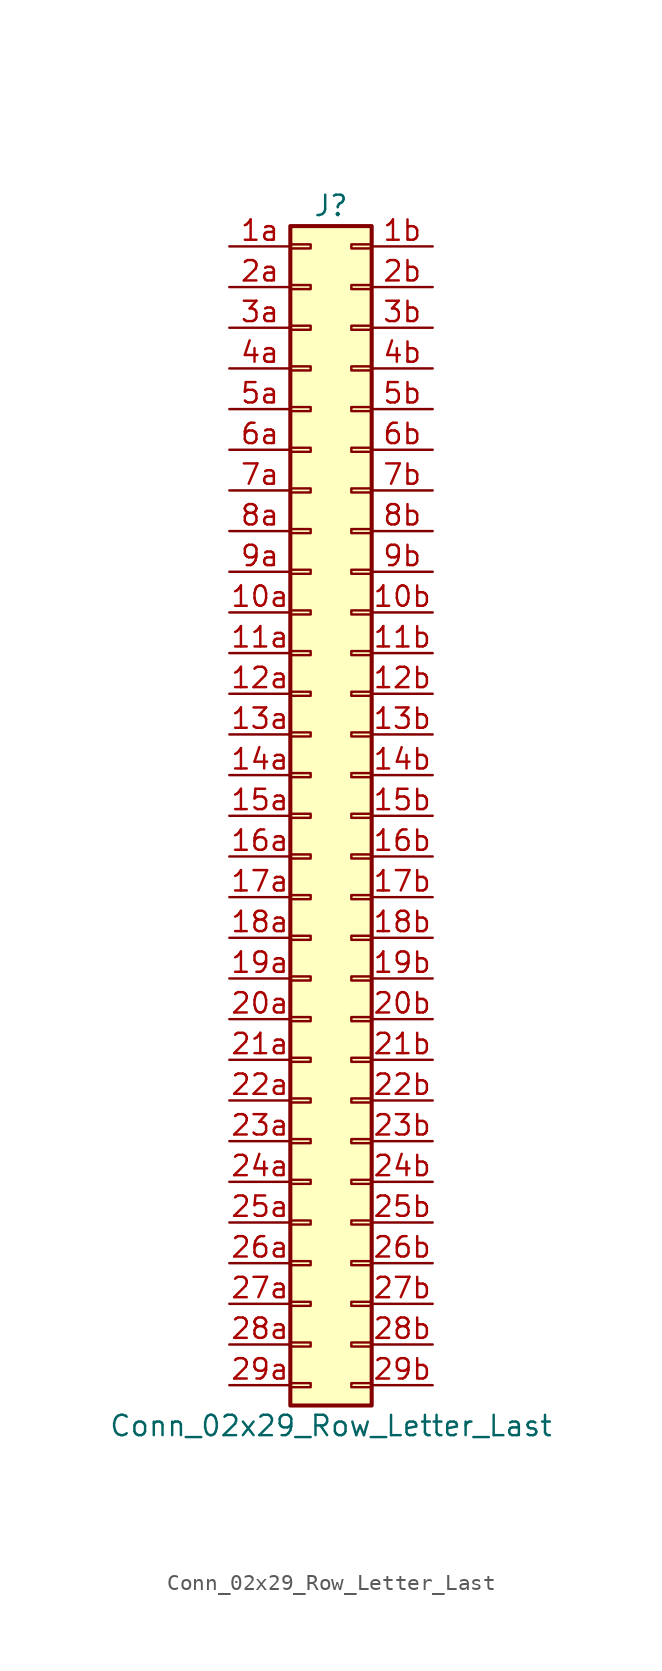
<source format=kicad_sym>
(kicad_symbol_lib
  (version 20201005)
  (generator kicad_symbol_editor)
  (symbol "Conn_02x29_Row_Letter_Last"
    (pin_names
      (offset 1.016) hide)
    (property "Reference" "J"
      (at 1.27 38.1 0)
      (effects (font (size 1.27 1.27))))
    (property "Value" "Conn_02x29_Row_Letter_Last"
      (at 1.27 -38.1 0)
      (effects (font (size 1.27 1.27))))
    (symbol "Conn_02x29_Row_Letter_Last_1_1"
      (rectangle (start -1.27 -35.433) (end 0 -35.687) (stroke (width 0.152)) (fill (type none)))
      (rectangle (start -1.27 -32.893) (end 0 -33.147) (stroke (width 0.152)) (fill (type none)))
      (rectangle (start -1.27 -30.353) (end 0 -30.607) (stroke (width 0.152)) (fill (type none)))
      (rectangle (start -1.27 -27.813) (end 0 -28.067) (stroke (width 0.152)) (fill (type none)))
      (rectangle (start -1.27 -25.273) (end 0 -25.527) (stroke (width 0.152)) (fill (type none)))
      (rectangle (start -1.27 -22.733) (end 0 -22.987) (stroke (width 0.152)) (fill (type none)))
      (rectangle (start -1.27 -20.193) (end 0 -20.447) (stroke (width 0.152)) (fill (type none)))
      (rectangle (start -1.27 -17.653) (end 0 -17.907) (stroke (width 0.152)) (fill (type none)))
      (rectangle (start -1.27 -15.113) (end 0 -15.367) (stroke (width 0.152)) (fill (type none)))
      (rectangle (start -1.27 -12.573) (end 0 -12.827) (stroke (width 0.152)) (fill (type none)))
      (rectangle (start -1.27 -10.033) (end 0 -10.287) (stroke (width 0.152)) (fill (type none)))
      (rectangle (start -1.27 -7.493) (end 0 -7.747) (stroke (width 0.152)) (fill (type none)))
      (rectangle (start -1.27 -4.953) (end 0 -5.207) (stroke (width 0.152)) (fill (type none)))
      (rectangle (start -1.27 -2.413) (end 0 -2.667) (stroke (width 0.152)) (fill (type none)))
      (rectangle (start -1.27 0.127) (end 0 -0.127) (stroke (width 0.152)) (fill (type none)))
      (rectangle (start -1.27 2.667) (end 0 2.413) (stroke (width 0.152)) (fill (type none)))
      (rectangle (start -1.27 5.207) (end 0 4.953) (stroke (width 0.152)) (fill (type none)))
      (rectangle (start -1.27 7.747) (end 0 7.493) (stroke (width 0.152)) (fill (type none)))
      (rectangle (start -1.27 10.287) (end 0 10.033) (stroke (width 0.152)) (fill (type none)))
      (rectangle (start -1.27 12.827) (end 0 12.573) (stroke (width 0.152)) (fill (type none)))
      (rectangle (start -1.27 15.367) (end 0 15.113) (stroke (width 0.152)) (fill (type none)))
      (rectangle (start -1.27 17.907) (end 0 17.653) (stroke (width 0.152)) (fill (type none)))
      (rectangle (start -1.27 20.447) (end 0 20.193) (stroke (width 0.152)) (fill (type none)))
      (rectangle (start -1.27 22.987) (end 0 22.733) (stroke (width 0.152)) (fill (type none)))
      (rectangle (start -1.27 25.527) (end 0 25.273) (stroke (width 0.152)) (fill (type none)))
      (rectangle (start -1.27 28.067) (end 0 27.813) (stroke (width 0.152)) (fill (type none)))
      (rectangle (start -1.27 30.607) (end 0 30.353) (stroke (width 0.152)) (fill (type none)))
      (rectangle (start -1.27 33.147) (end 0 32.893) (stroke (width 0.152)) (fill (type none)))
      (rectangle (start -1.27 35.687) (end 0 35.433) (stroke (width 0.152)) (fill (type none)))
      (rectangle (start -1.27 36.83) (end 3.81 -36.83) (stroke (width 0.254)) (fill (type background)))
      (rectangle (start 3.81 -35.433) (end 2.54 -35.687) (stroke (width 0.152)) (fill (type none)))
      (rectangle (start 3.81 -32.893) (end 2.54 -33.147) (stroke (width 0.152)) (fill (type none)))
      (rectangle (start 3.81 -30.353) (end 2.54 -30.607) (stroke (width 0.152)) (fill (type none)))
      (rectangle (start 3.81 -27.813) (end 2.54 -28.067) (stroke (width 0.152)) (fill (type none)))
      (rectangle (start 3.81 -25.273) (end 2.54 -25.527) (stroke (width 0.152)) (fill (type none)))
      (rectangle (start 3.81 -22.733) (end 2.54 -22.987) (stroke (width 0.152)) (fill (type none)))
      (rectangle (start 3.81 -20.193) (end 2.54 -20.447) (stroke (width 0.152)) (fill (type none)))
      (rectangle (start 3.81 -17.653) (end 2.54 -17.907) (stroke (width 0.152)) (fill (type none)))
      (rectangle (start 3.81 -15.113) (end 2.54 -15.367) (stroke (width 0.152)) (fill (type none)))
      (rectangle (start 3.81 -12.573) (end 2.54 -12.827) (stroke (width 0.152)) (fill (type none)))
      (rectangle (start 3.81 -10.033) (end 2.54 -10.287) (stroke (width 0.152)) (fill (type none)))
      (rectangle (start 3.81 -7.493) (end 2.54 -7.747) (stroke (width 0.152)) (fill (type none)))
      (rectangle (start 3.81 -4.953) (end 2.54 -5.207) (stroke (width 0.152)) (fill (type none)))
      (rectangle (start 3.81 -2.413) (end 2.54 -2.667) (stroke (width 0.152)) (fill (type none)))
      (rectangle (start 3.81 0.127) (end 2.54 -0.127) (stroke (width 0.152)) (fill (type none)))
      (rectangle (start 3.81 2.667) (end 2.54 2.413) (stroke (width 0.152)) (fill (type none)))
      (rectangle (start 3.81 5.207) (end 2.54 4.953) (stroke (width 0.152)) (fill (type none)))
      (rectangle (start 3.81 7.747) (end 2.54 7.493) (stroke (width 0.152)) (fill (type none)))
      (rectangle (start 3.81 10.287) (end 2.54 10.033) (stroke (width 0.152)) (fill (type none)))
      (rectangle (start 3.81 12.827) (end 2.54 12.573) (stroke (width 0.152)) (fill (type none)))
      (rectangle (start 3.81 15.367) (end 2.54 15.113) (stroke (width 0.152)) (fill (type none)))
      (rectangle (start 3.81 17.907) (end 2.54 17.653) (stroke (width 0.152)) (fill (type none)))
      (rectangle (start 3.81 20.447) (end 2.54 20.193) (stroke (width 0.152)) (fill (type none)))
      (rectangle (start 3.81 22.987) (end 2.54 22.733) (stroke (width 0.152)) (fill (type none)))
      (rectangle (start 3.81 25.527) (end 2.54 25.273) (stroke (width 0.152)) (fill (type none)))
      (rectangle (start 3.81 28.067) (end 2.54 27.813) (stroke (width 0.152)) (fill (type none)))
      (rectangle (start 3.81 30.607) (end 2.54 30.353) (stroke (width 0.152)) (fill (type none)))
      (rectangle (start 3.81 33.147) (end 2.54 32.893) (stroke (width 0.152)) (fill (type none)))
      (rectangle (start 3.81 35.687) (end 2.54 35.433) (stroke (width 0.152)) (fill (type none)))
      (pin passive line (at -5.08 12.7 0) (length 3.81) (name "Pin_10a" (effects (font (size 1.27 1.27)))) (number "10a" (effects (font (size 1.27 1.27)))))
      (pin passive line (at 7.62 12.7 180) (length 3.81) (name "Pin_10b" (effects (font (size 1.27 1.27)))) (number "10b" (effects (font (size 1.27 1.27)))))
      (pin passive line (at -5.08 10.16 0) (length 3.81) (name "Pin_11a" (effects (font (size 1.27 1.27)))) (number "11a" (effects (font (size 1.27 1.27)))))
      (pin passive line (at 7.62 10.16 180) (length 3.81) (name "Pin_11b" (effects (font (size 1.27 1.27)))) (number "11b" (effects (font (size 1.27 1.27)))))
      (pin passive line (at -5.08 7.62 0) (length 3.81) (name "Pin_12a" (effects (font (size 1.27 1.27)))) (number "12a" (effects (font (size 1.27 1.27)))))
      (pin passive line (at 7.62 7.62 180) (length 3.81) (name "Pin_12b" (effects (font (size 1.27 1.27)))) (number "12b" (effects (font (size 1.27 1.27)))))
      (pin passive line (at -5.08 5.08 0) (length 3.81) (name "Pin_13a" (effects (font (size 1.27 1.27)))) (number "13a" (effects (font (size 1.27 1.27)))))
      (pin passive line (at 7.62 5.08 180) (length 3.81) (name "Pin_13b" (effects (font (size 1.27 1.27)))) (number "13b" (effects (font (size 1.27 1.27)))))
      (pin passive line (at -5.08 2.54 0) (length 3.81) (name "Pin_14a" (effects (font (size 1.27 1.27)))) (number "14a" (effects (font (size 1.27 1.27)))))
      (pin passive line (at 7.62 2.54 180) (length 3.81) (name "Pin_14b" (effects (font (size 1.27 1.27)))) (number "14b" (effects (font (size 1.27 1.27)))))
      (pin passive line (at -5.08 0 0) (length 3.81) (name "Pin_15a" (effects (font (size 1.27 1.27)))) (number "15a" (effects (font (size 1.27 1.27)))))
      (pin passive line (at 7.62 0 180) (length 3.81) (name "Pin_15b" (effects (font (size 1.27 1.27)))) (number "15b" (effects (font (size 1.27 1.27)))))
      (pin passive line (at -5.08 -2.54 0) (length 3.81) (name "Pin_16a" (effects (font (size 1.27 1.27)))) (number "16a" (effects (font (size 1.27 1.27)))))
      (pin passive line (at 7.62 -2.54 180) (length 3.81) (name "Pin_16b" (effects (font (size 1.27 1.27)))) (number "16b" (effects (font (size 1.27 1.27)))))
      (pin passive line (at -5.08 -5.08 0) (length 3.81) (name "Pin_17a" (effects (font (size 1.27 1.27)))) (number "17a" (effects (font (size 1.27 1.27)))))
      (pin passive line (at 7.62 -5.08 180) (length 3.81) (name "Pin_17b" (effects (font (size 1.27 1.27)))) (number "17b" (effects (font (size 1.27 1.27)))))
      (pin passive line (at -5.08 -7.62 0) (length 3.81) (name "Pin_18a" (effects (font (size 1.27 1.27)))) (number "18a" (effects (font (size 1.27 1.27)))))
      (pin passive line (at 7.62 -7.62 180) (length 3.81) (name "Pin_18b" (effects (font (size 1.27 1.27)))) (number "18b" (effects (font (size 1.27 1.27)))))
      (pin passive line (at -5.08 -10.16 0) (length 3.81) (name "Pin_19a" (effects (font (size 1.27 1.27)))) (number "19a" (effects (font (size 1.27 1.27)))))
      (pin passive line (at 7.62 -10.16 180) (length 3.81) (name "Pin_19b" (effects (font (size 1.27 1.27)))) (number "19b" (effects (font (size 1.27 1.27)))))
      (pin passive line (at -5.08 35.56 0) (length 3.81) (name "Pin_1a" (effects (font (size 1.27 1.27)))) (number "1a" (effects (font (size 1.27 1.27)))))
      (pin passive line (at 7.62 35.56 180) (length 3.81) (name "Pin_1b" (effects (font (size 1.27 1.27)))) (number "1b" (effects (font (size 1.27 1.27)))))
      (pin passive line (at -5.08 -12.7 0) (length 3.81) (name "Pin_20a" (effects (font (size 1.27 1.27)))) (number "20a" (effects (font (size 1.27 1.27)))))
      (pin passive line (at 7.62 -12.7 180) (length 3.81) (name "Pin_20b" (effects (font (size 1.27 1.27)))) (number "20b" (effects (font (size 1.27 1.27)))))
      (pin passive line (at -5.08 -15.24 0) (length 3.81) (name "Pin_21a" (effects (font (size 1.27 1.27)))) (number "21a" (effects (font (size 1.27 1.27)))))
      (pin passive line (at 7.62 -15.24 180) (length 3.81) (name "Pin_21b" (effects (font (size 1.27 1.27)))) (number "21b" (effects (font (size 1.27 1.27)))))
      (pin passive line (at -5.08 -17.78 0) (length 3.81) (name "Pin_22a" (effects (font (size 1.27 1.27)))) (number "22a" (effects (font (size 1.27 1.27)))))
      (pin passive line (at 7.62 -17.78 180) (length 3.81) (name "Pin_22b" (effects (font (size 1.27 1.27)))) (number "22b" (effects (font (size 1.27 1.27)))))
      (pin passive line (at -5.08 -20.32 0) (length 3.81) (name "Pin_23a" (effects (font (size 1.27 1.27)))) (number "23a" (effects (font (size 1.27 1.27)))))
      (pin passive line (at 7.62 -20.32 180) (length 3.81) (name "Pin_23b" (effects (font (size 1.27 1.27)))) (number "23b" (effects (font (size 1.27 1.27)))))
      (pin passive line (at -5.08 -22.86 0) (length 3.81) (name "Pin_24a" (effects (font (size 1.27 1.27)))) (number "24a" (effects (font (size 1.27 1.27)))))
      (pin passive line (at 7.62 -22.86 180) (length 3.81) (name "Pin_24b" (effects (font (size 1.27 1.27)))) (number "24b" (effects (font (size 1.27 1.27)))))
      (pin passive line (at -5.08 -25.4 0) (length 3.81) (name "Pin_25a" (effects (font (size 1.27 1.27)))) (number "25a" (effects (font (size 1.27 1.27)))))
      (pin passive line (at 7.62 -25.4 180) (length 3.81) (name "Pin_25b" (effects (font (size 1.27 1.27)))) (number "25b" (effects (font (size 1.27 1.27)))))
      (pin passive line (at -5.08 -27.94 0) (length 3.81) (name "Pin_26a" (effects (font (size 1.27 1.27)))) (number "26a" (effects (font (size 1.27 1.27)))))
      (pin passive line (at 7.62 -27.94 180) (length 3.81) (name "Pin_26b" (effects (font (size 1.27 1.27)))) (number "26b" (effects (font (size 1.27 1.27)))))
      (pin passive line (at -5.08 -30.48 0) (length 3.81) (name "Pin_27a" (effects (font (size 1.27 1.27)))) (number "27a" (effects (font (size 1.27 1.27)))))
      (pin passive line (at 7.62 -30.48 180) (length 3.81) (name "Pin_27b" (effects (font (size 1.27 1.27)))) (number "27b" (effects (font (size 1.27 1.27)))))
      (pin passive line (at -5.08 -33.02 0) (length 3.81) (name "Pin_28a" (effects (font (size 1.27 1.27)))) (number "28a" (effects (font (size 1.27 1.27)))))
      (pin passive line (at 7.62 -33.02 180) (length 3.81) (name "Pin_28b" (effects (font (size 1.27 1.27)))) (number "28b" (effects (font (size 1.27 1.27)))))
      (pin passive line (at -5.08 -35.56 0) (length 3.81) (name "Pin_29a" (effects (font (size 1.27 1.27)))) (number "29a" (effects (font (size 1.27 1.27)))))
      (pin passive line (at 7.62 -35.56 180) (length 3.81) (name "Pin_29b" (effects (font (size 1.27 1.27)))) (number "29b" (effects (font (size 1.27 1.27)))))
      (pin passive line (at -5.08 33.02 0) (length 3.81) (name "Pin_2a" (effects (font (size 1.27 1.27)))) (number "2a" (effects (font (size 1.27 1.27)))))
      (pin passive line (at 7.62 33.02 180) (length 3.81) (name "Pin_2b" (effects (font (size 1.27 1.27)))) (number "2b" (effects (font (size 1.27 1.27)))))
      (pin passive line (at -5.08 30.48 0) (length 3.81) (name "Pin_3a" (effects (font (size 1.27 1.27)))) (number "3a" (effects (font (size 1.27 1.27)))))
      (pin passive line (at 7.62 30.48 180) (length 3.81) (name "Pin_3b" (effects (font (size 1.27 1.27)))) (number "3b" (effects (font (size 1.27 1.27)))))
      (pin passive line (at -5.08 27.94 0) (length 3.81) (name "Pin_4a" (effects (font (size 1.27 1.27)))) (number "4a" (effects (font (size 1.27 1.27)))))
      (pin passive line (at 7.62 27.94 180) (length 3.81) (name "Pin_4b" (effects (font (size 1.27 1.27)))) (number "4b" (effects (font (size 1.27 1.27)))))
      (pin passive line (at -5.08 25.4 0) (length 3.81) (name "Pin_5a" (effects (font (size 1.27 1.27)))) (number "5a" (effects (font (size 1.27 1.27)))))
      (pin passive line (at 7.62 25.4 180) (length 3.81) (name "Pin_5b" (effects (font (size 1.27 1.27)))) (number "5b" (effects (font (size 1.27 1.27)))))
      (pin passive line (at -5.08 22.86 0) (length 3.81) (name "Pin_6a" (effects (font (size 1.27 1.27)))) (number "6a" (effects (font (size 1.27 1.27)))))
      (pin passive line (at 7.62 22.86 180) (length 3.81) (name "Pin_6b" (effects (font (size 1.27 1.27)))) (number "6b" (effects (font (size 1.27 1.27)))))
      (pin passive line (at -5.08 20.32 0) (length 3.81) (name "Pin_7a" (effects (font (size 1.27 1.27)))) (number "7a" (effects (font (size 1.27 1.27)))))
      (pin passive line (at 7.62 20.32 180) (length 3.81) (name "Pin_7b" (effects (font (size 1.27 1.27)))) (number "7b" (effects (font (size 1.27 1.27)))))
      (pin passive line (at -5.08 17.78 0) (length 3.81) (name "Pin_8a" (effects (font (size 1.27 1.27)))) (number "8a" (effects (font (size 1.27 1.27)))))
      (pin passive line (at 7.62 17.78 180) (length 3.81) (name "Pin_8b" (effects (font (size 1.27 1.27)))) (number "8b" (effects (font (size 1.27 1.27)))))
      (pin passive line (at -5.08 15.24 0) (length 3.81) (name "Pin_9a" (effects (font (size 1.27 1.27)))) (number "9a" (effects (font (size 1.27 1.27)))))
      (pin passive line (at 7.62 15.24 180) (length 3.81) (name "Pin_9b" (effects (font (size 1.27 1.27)))) (number "9b" (effects (font (size 1.27 1.27))))))))
</source>
